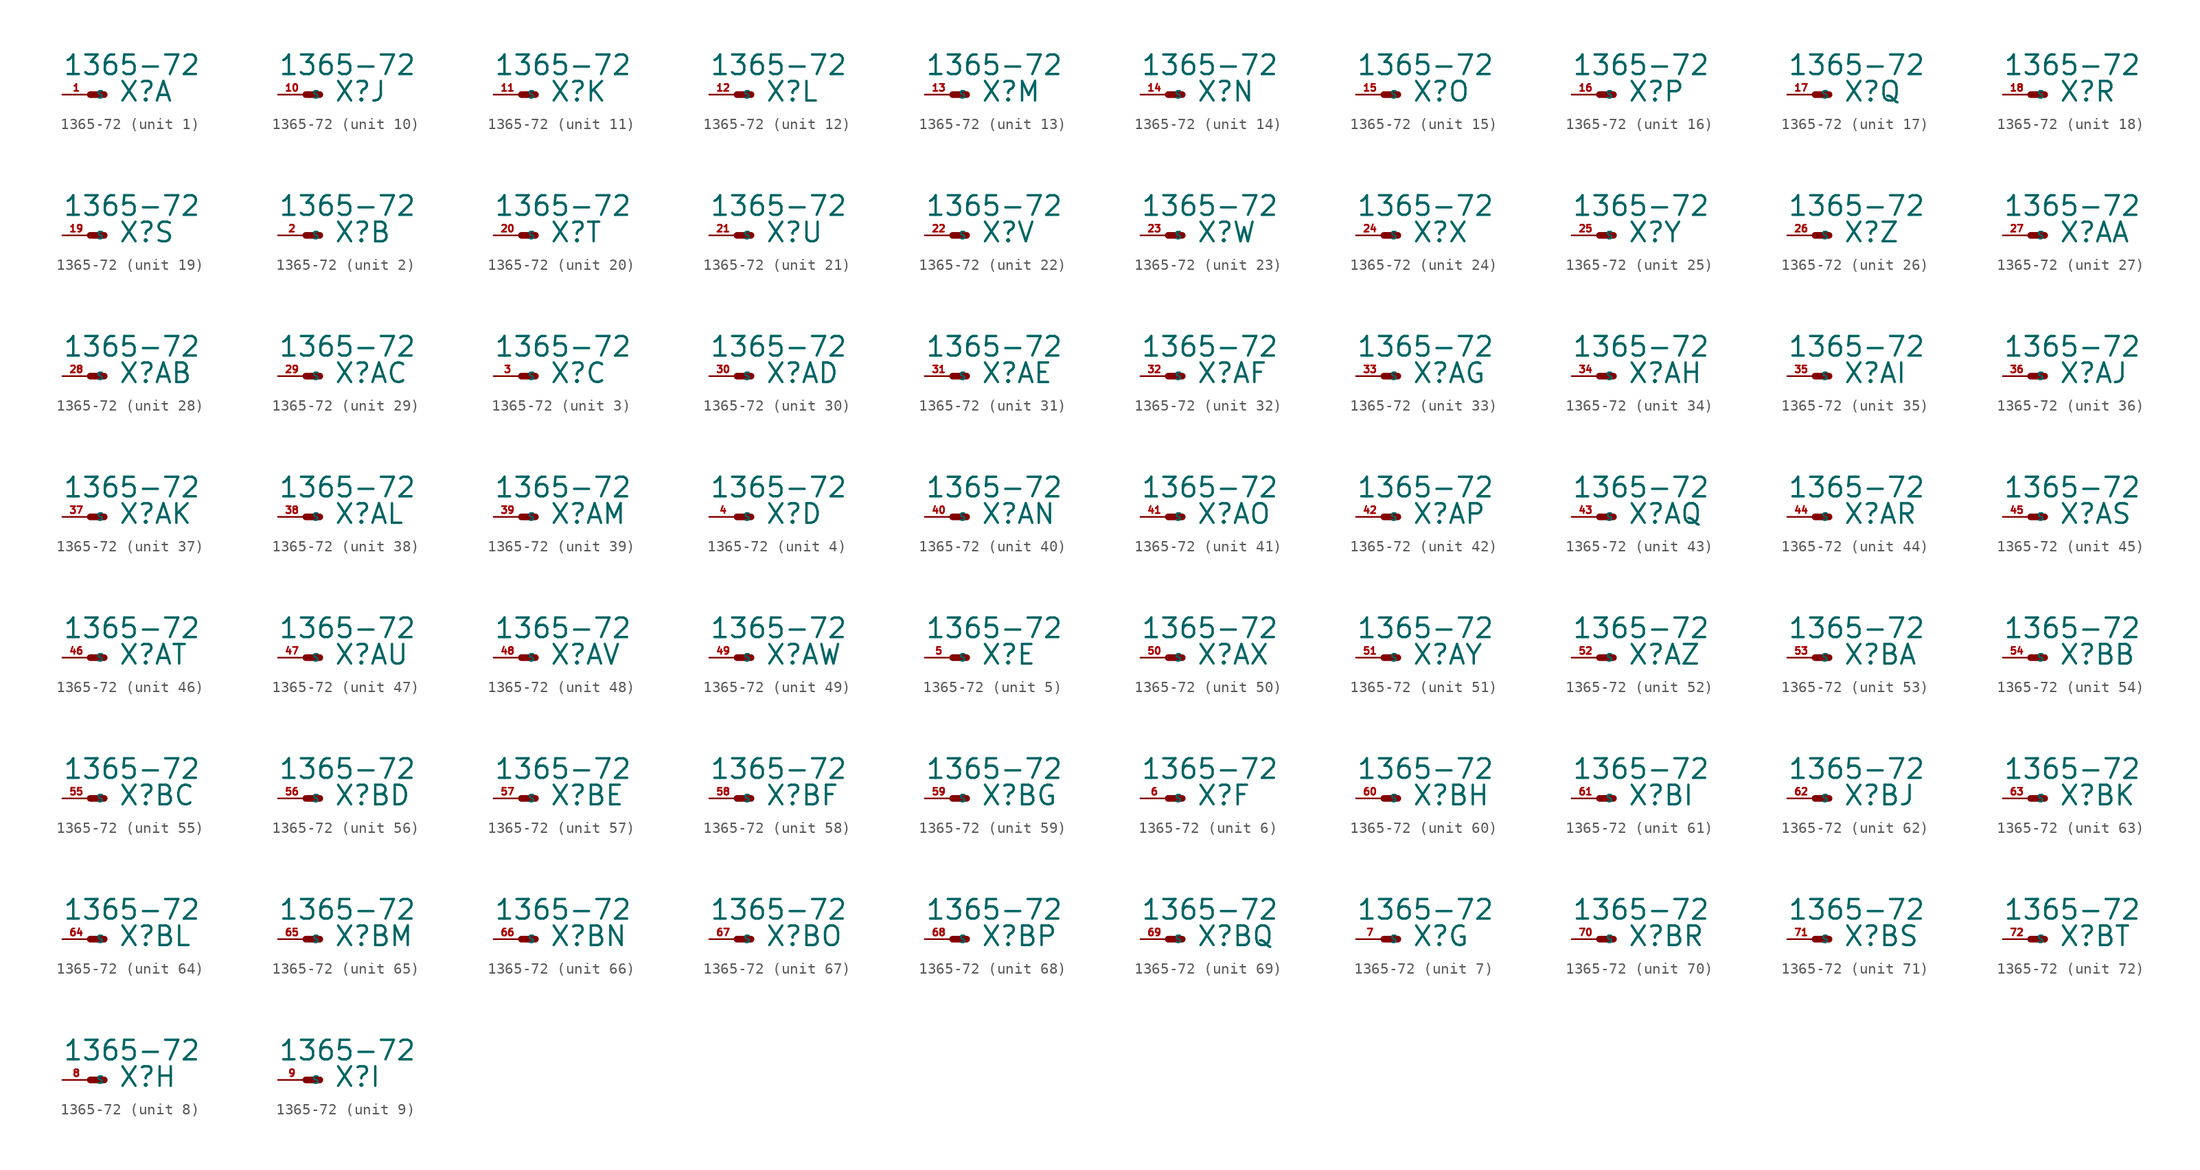
<source format=kicad_sym>
(kicad_symbol_lib
  (version 20220914)
  (generator Eagle2Kicad)
  (symbol "1365-72"
    (property "Reference" "X"
      (at 2.54 -0.762 0)
      (effects (font (size 1.778 1.778) (thickness 0.22)) (justify left bottom)))
    (property "Value" "1365-72"
      (at -2.54 1.651 0)
      (effects (font (size 1.778 1.778) (thickness 0.22)) (justify left bottom)))
    (symbol "1365-72_1_0"
      (polyline (pts (xy 0 0) (xy 1.27 0)) (stroke (width 0.61) (type default)) (fill (type none)))
      (pin passive line (at -2.54 0 0) (length 2.54) (name "S" (effects (font (size 0.635 0.635) (thickness 0.08)) (justify left bottom))) (number "1" (effects (font (size 0.635 0.635) (thickness 0.08)) (justify left bottom)))))
    (symbol "1365-72_2_0"
      (polyline (pts (xy 0 0) (xy 1.27 0)) (stroke (width 0.61) (type default)) (fill (type none)))
      (pin passive line (at -2.54 0 0) (length 2.54) (name "S" (effects (font (size 0.635 0.635) (thickness 0.08)) (justify left bottom))) (number "2" (effects (font (size 0.635 0.635) (thickness 0.08)) (justify left bottom)))))
    (symbol "1365-72_3_0"
      (polyline (pts (xy 0 0) (xy 1.27 0)) (stroke (width 0.61) (type default)) (fill (type none)))
      (pin passive line (at -2.54 0 0) (length 2.54) (name "S" (effects (font (size 0.635 0.635) (thickness 0.08)) (justify left bottom))) (number "3" (effects (font (size 0.635 0.635) (thickness 0.08)) (justify left bottom)))))
    (symbol "1365-72_4_0"
      (polyline (pts (xy 0 0) (xy 1.27 0)) (stroke (width 0.61) (type default)) (fill (type none)))
      (pin passive line (at -2.54 0 0) (length 2.54) (name "S" (effects (font (size 0.635 0.635) (thickness 0.08)) (justify left bottom))) (number "4" (effects (font (size 0.635 0.635) (thickness 0.08)) (justify left bottom)))))
    (symbol "1365-72_5_0"
      (polyline (pts (xy 0 0) (xy 1.27 0)) (stroke (width 0.61) (type default)) (fill (type none)))
      (pin passive line (at -2.54 0 0) (length 2.54) (name "S" (effects (font (size 0.635 0.635) (thickness 0.08)) (justify left bottom))) (number "5" (effects (font (size 0.635 0.635) (thickness 0.08)) (justify left bottom)))))
    (symbol "1365-72_6_0"
      (polyline (pts (xy 0 0) (xy 1.27 0)) (stroke (width 0.61) (type default)) (fill (type none)))
      (pin passive line (at -2.54 0 0) (length 2.54) (name "S" (effects (font (size 0.635 0.635) (thickness 0.08)) (justify left bottom))) (number "6" (effects (font (size 0.635 0.635) (thickness 0.08)) (justify left bottom)))))
    (symbol "1365-72_7_0"
      (polyline (pts (xy 0 0) (xy 1.27 0)) (stroke (width 0.61) (type default)) (fill (type none)))
      (pin passive line (at -2.54 0 0) (length 2.54) (name "S" (effects (font (size 0.635 0.635) (thickness 0.08)) (justify left bottom))) (number "7" (effects (font (size 0.635 0.635) (thickness 0.08)) (justify left bottom)))))
    (symbol "1365-72_8_0"
      (polyline (pts (xy 0 0) (xy 1.27 0)) (stroke (width 0.61) (type default)) (fill (type none)))
      (pin passive line (at -2.54 0 0) (length 2.54) (name "S" (effects (font (size 0.635 0.635) (thickness 0.08)) (justify left bottom))) (number "8" (effects (font (size 0.635 0.635) (thickness 0.08)) (justify left bottom)))))
    (symbol "1365-72_9_0"
      (polyline (pts (xy 0 0) (xy 1.27 0)) (stroke (width 0.61) (type default)) (fill (type none)))
      (pin passive line (at -2.54 0 0) (length 2.54) (name "S" (effects (font (size 0.635 0.635) (thickness 0.08)) (justify left bottom))) (number "9" (effects (font (size 0.635 0.635) (thickness 0.08)) (justify left bottom)))))
    (symbol "1365-72_10_0"
      (polyline (pts (xy 0 0) (xy 1.27 0)) (stroke (width 0.61) (type default)) (fill (type none)))
      (pin passive line (at -2.54 0 0) (length 2.54) (name "S" (effects (font (size 0.635 0.635) (thickness 0.08)) (justify left bottom))) (number "10" (effects (font (size 0.635 0.635) (thickness 0.08)) (justify left bottom)))))
    (symbol "1365-72_11_0"
      (polyline (pts (xy 0 0) (xy 1.27 0)) (stroke (width 0.61) (type default)) (fill (type none)))
      (pin passive line (at -2.54 0 0) (length 2.54) (name "S" (effects (font (size 0.635 0.635) (thickness 0.08)) (justify left bottom))) (number "11" (effects (font (size 0.635 0.635) (thickness 0.08)) (justify left bottom)))))
    (symbol "1365-72_12_0"
      (polyline (pts (xy 0 0) (xy 1.27 0)) (stroke (width 0.61) (type default)) (fill (type none)))
      (pin passive line (at -2.54 0 0) (length 2.54) (name "S" (effects (font (size 0.635 0.635) (thickness 0.08)) (justify left bottom))) (number "12" (effects (font (size 0.635 0.635) (thickness 0.08)) (justify left bottom)))))
    (symbol "1365-72_13_0"
      (polyline (pts (xy 0 0) (xy 1.27 0)) (stroke (width 0.61) (type default)) (fill (type none)))
      (pin passive line (at -2.54 0 0) (length 2.54) (name "S" (effects (font (size 0.635 0.635) (thickness 0.08)) (justify left bottom))) (number "13" (effects (font (size 0.635 0.635) (thickness 0.08)) (justify left bottom)))))
    (symbol "1365-72_14_0"
      (polyline (pts (xy 0 0) (xy 1.27 0)) (stroke (width 0.61) (type default)) (fill (type none)))
      (pin passive line (at -2.54 0 0) (length 2.54) (name "S" (effects (font (size 0.635 0.635) (thickness 0.08)) (justify left bottom))) (number "14" (effects (font (size 0.635 0.635) (thickness 0.08)) (justify left bottom)))))
    (symbol "1365-72_15_0"
      (polyline (pts (xy 0 0) (xy 1.27 0)) (stroke (width 0.61) (type default)) (fill (type none)))
      (pin passive line (at -2.54 0 0) (length 2.54) (name "S" (effects (font (size 0.635 0.635) (thickness 0.08)) (justify left bottom))) (number "15" (effects (font (size 0.635 0.635) (thickness 0.08)) (justify left bottom)))))
    (symbol "1365-72_16_0"
      (polyline (pts (xy 0 0) (xy 1.27 0)) (stroke (width 0.61) (type default)) (fill (type none)))
      (pin passive line (at -2.54 0 0) (length 2.54) (name "S" (effects (font (size 0.635 0.635) (thickness 0.08)) (justify left bottom))) (number "16" (effects (font (size 0.635 0.635) (thickness 0.08)) (justify left bottom)))))
    (symbol "1365-72_17_0"
      (polyline (pts (xy 0 0) (xy 1.27 0)) (stroke (width 0.61) (type default)) (fill (type none)))
      (pin passive line (at -2.54 0 0) (length 2.54) (name "S" (effects (font (size 0.635 0.635) (thickness 0.08)) (justify left bottom))) (number "17" (effects (font (size 0.635 0.635) (thickness 0.08)) (justify left bottom)))))
    (symbol "1365-72_18_0"
      (polyline (pts (xy 0 0) (xy 1.27 0)) (stroke (width 0.61) (type default)) (fill (type none)))
      (pin passive line (at -2.54 0 0) (length 2.54) (name "S" (effects (font (size 0.635 0.635) (thickness 0.08)) (justify left bottom))) (number "18" (effects (font (size 0.635 0.635) (thickness 0.08)) (justify left bottom)))))
    (symbol "1365-72_19_0"
      (polyline (pts (xy 0 0) (xy 1.27 0)) (stroke (width 0.61) (type default)) (fill (type none)))
      (pin passive line (at -2.54 0 0) (length 2.54) (name "S" (effects (font (size 0.635 0.635) (thickness 0.08)) (justify left bottom))) (number "19" (effects (font (size 0.635 0.635) (thickness 0.08)) (justify left bottom)))))
    (symbol "1365-72_20_0"
      (polyline (pts (xy 0 0) (xy 1.27 0)) (stroke (width 0.61) (type default)) (fill (type none)))
      (pin passive line (at -2.54 0 0) (length 2.54) (name "S" (effects (font (size 0.635 0.635) (thickness 0.08)) (justify left bottom))) (number "20" (effects (font (size 0.635 0.635) (thickness 0.08)) (justify left bottom)))))
    (symbol "1365-72_21_0"
      (polyline (pts (xy 0 0) (xy 1.27 0)) (stroke (width 0.61) (type default)) (fill (type none)))
      (pin passive line (at -2.54 0 0) (length 2.54) (name "S" (effects (font (size 0.635 0.635) (thickness 0.08)) (justify left bottom))) (number "21" (effects (font (size 0.635 0.635) (thickness 0.08)) (justify left bottom)))))
    (symbol "1365-72_22_0"
      (polyline (pts (xy 0 0) (xy 1.27 0)) (stroke (width 0.61) (type default)) (fill (type none)))
      (pin passive line (at -2.54 0 0) (length 2.54) (name "S" (effects (font (size 0.635 0.635) (thickness 0.08)) (justify left bottom))) (number "22" (effects (font (size 0.635 0.635) (thickness 0.08)) (justify left bottom)))))
    (symbol "1365-72_23_0"
      (polyline (pts (xy 0 0) (xy 1.27 0)) (stroke (width 0.61) (type default)) (fill (type none)))
      (pin passive line (at -2.54 0 0) (length 2.54) (name "S" (effects (font (size 0.635 0.635) (thickness 0.08)) (justify left bottom))) (number "23" (effects (font (size 0.635 0.635) (thickness 0.08)) (justify left bottom)))))
    (symbol "1365-72_24_0"
      (polyline (pts (xy 0 0) (xy 1.27 0)) (stroke (width 0.61) (type default)) (fill (type none)))
      (pin passive line (at -2.54 0 0) (length 2.54) (name "S" (effects (font (size 0.635 0.635) (thickness 0.08)) (justify left bottom))) (number "24" (effects (font (size 0.635 0.635) (thickness 0.08)) (justify left bottom)))))
    (symbol "1365-72_25_0"
      (polyline (pts (xy 0 0) (xy 1.27 0)) (stroke (width 0.61) (type default)) (fill (type none)))
      (pin passive line (at -2.54 0 0) (length 2.54) (name "S" (effects (font (size 0.635 0.635) (thickness 0.08)) (justify left bottom))) (number "25" (effects (font (size 0.635 0.635) (thickness 0.08)) (justify left bottom)))))
    (symbol "1365-72_26_0"
      (polyline (pts (xy 0 0) (xy 1.27 0)) (stroke (width 0.61) (type default)) (fill (type none)))
      (pin passive line (at -2.54 0 0) (length 2.54) (name "S" (effects (font (size 0.635 0.635) (thickness 0.08)) (justify left bottom))) (number "26" (effects (font (size 0.635 0.635) (thickness 0.08)) (justify left bottom)))))
    (symbol "1365-72_27_0"
      (polyline (pts (xy 0 0) (xy 1.27 0)) (stroke (width 0.61) (type default)) (fill (type none)))
      (pin passive line (at -2.54 0 0) (length 2.54) (name "S" (effects (font (size 0.635 0.635) (thickness 0.08)) (justify left bottom))) (number "27" (effects (font (size 0.635 0.635) (thickness 0.08)) (justify left bottom)))))
    (symbol "1365-72_28_0"
      (polyline (pts (xy 0 0) (xy 1.27 0)) (stroke (width 0.61) (type default)) (fill (type none)))
      (pin passive line (at -2.54 0 0) (length 2.54) (name "S" (effects (font (size 0.635 0.635) (thickness 0.08)) (justify left bottom))) (number "28" (effects (font (size 0.635 0.635) (thickness 0.08)) (justify left bottom)))))
    (symbol "1365-72_29_0"
      (polyline (pts (xy 0 0) (xy 1.27 0)) (stroke (width 0.61) (type default)) (fill (type none)))
      (pin passive line (at -2.54 0 0) (length 2.54) (name "S" (effects (font (size 0.635 0.635) (thickness 0.08)) (justify left bottom))) (number "29" (effects (font (size 0.635 0.635) (thickness 0.08)) (justify left bottom)))))
    (symbol "1365-72_30_0"
      (polyline (pts (xy 0 0) (xy 1.27 0)) (stroke (width 0.61) (type default)) (fill (type none)))
      (pin passive line (at -2.54 0 0) (length 2.54) (name "S" (effects (font (size 0.635 0.635) (thickness 0.08)) (justify left bottom))) (number "30" (effects (font (size 0.635 0.635) (thickness 0.08)) (justify left bottom)))))
    (symbol "1365-72_31_0"
      (polyline (pts (xy 0 0) (xy 1.27 0)) (stroke (width 0.61) (type default)) (fill (type none)))
      (pin passive line (at -2.54 0 0) (length 2.54) (name "S" (effects (font (size 0.635 0.635) (thickness 0.08)) (justify left bottom))) (number "31" (effects (font (size 0.635 0.635) (thickness 0.08)) (justify left bottom)))))
    (symbol "1365-72_32_0"
      (polyline (pts (xy 0 0) (xy 1.27 0)) (stroke (width 0.61) (type default)) (fill (type none)))
      (pin passive line (at -2.54 0 0) (length 2.54) (name "S" (effects (font (size 0.635 0.635) (thickness 0.08)) (justify left bottom))) (number "32" (effects (font (size 0.635 0.635) (thickness 0.08)) (justify left bottom)))))
    (symbol "1365-72_33_0"
      (polyline (pts (xy 0 0) (xy 1.27 0)) (stroke (width 0.61) (type default)) (fill (type none)))
      (pin passive line (at -2.54 0 0) (length 2.54) (name "S" (effects (font (size 0.635 0.635) (thickness 0.08)) (justify left bottom))) (number "33" (effects (font (size 0.635 0.635) (thickness 0.08)) (justify left bottom)))))
    (symbol "1365-72_34_0"
      (polyline (pts (xy 0 0) (xy 1.27 0)) (stroke (width 0.61) (type default)) (fill (type none)))
      (pin passive line (at -2.54 0 0) (length 2.54) (name "S" (effects (font (size 0.635 0.635) (thickness 0.08)) (justify left bottom))) (number "34" (effects (font (size 0.635 0.635) (thickness 0.08)) (justify left bottom)))))
    (symbol "1365-72_35_0"
      (polyline (pts (xy 0 0) (xy 1.27 0)) (stroke (width 0.61) (type default)) (fill (type none)))
      (pin passive line (at -2.54 0 0) (length 2.54) (name "S" (effects (font (size 0.635 0.635) (thickness 0.08)) (justify left bottom))) (number "35" (effects (font (size 0.635 0.635) (thickness 0.08)) (justify left bottom)))))
    (symbol "1365-72_36_0"
      (polyline (pts (xy 0 0) (xy 1.27 0)) (stroke (width 0.61) (type default)) (fill (type none)))
      (pin passive line (at -2.54 0 0) (length 2.54) (name "S" (effects (font (size 0.635 0.635) (thickness 0.08)) (justify left bottom))) (number "36" (effects (font (size 0.635 0.635) (thickness 0.08)) (justify left bottom)))))
    (symbol "1365-72_37_0"
      (polyline (pts (xy 0 0) (xy 1.27 0)) (stroke (width 0.61) (type default)) (fill (type none)))
      (pin passive line (at -2.54 0 0) (length 2.54) (name "S" (effects (font (size 0.635 0.635) (thickness 0.08)) (justify left bottom))) (number "37" (effects (font (size 0.635 0.635) (thickness 0.08)) (justify left bottom)))))
    (symbol "1365-72_38_0"
      (polyline (pts (xy 0 0) (xy 1.27 0)) (stroke (width 0.61) (type default)) (fill (type none)))
      (pin passive line (at -2.54 0 0) (length 2.54) (name "S" (effects (font (size 0.635 0.635) (thickness 0.08)) (justify left bottom))) (number "38" (effects (font (size 0.635 0.635) (thickness 0.08)) (justify left bottom)))))
    (symbol "1365-72_39_0"
      (polyline (pts (xy 0 0) (xy 1.27 0)) (stroke (width 0.61) (type default)) (fill (type none)))
      (pin passive line (at -2.54 0 0) (length 2.54) (name "S" (effects (font (size 0.635 0.635) (thickness 0.08)) (justify left bottom))) (number "39" (effects (font (size 0.635 0.635) (thickness 0.08)) (justify left bottom)))))
    (symbol "1365-72_40_0"
      (polyline (pts (xy 0 0) (xy 1.27 0)) (stroke (width 0.61) (type default)) (fill (type none)))
      (pin passive line (at -2.54 0 0) (length 2.54) (name "S" (effects (font (size 0.635 0.635) (thickness 0.08)) (justify left bottom))) (number "40" (effects (font (size 0.635 0.635) (thickness 0.08)) (justify left bottom)))))
    (symbol "1365-72_41_0"
      (polyline (pts (xy 0 0) (xy 1.27 0)) (stroke (width 0.61) (type default)) (fill (type none)))
      (pin passive line (at -2.54 0 0) (length 2.54) (name "S" (effects (font (size 0.635 0.635) (thickness 0.08)) (justify left bottom))) (number "41" (effects (font (size 0.635 0.635) (thickness 0.08)) (justify left bottom)))))
    (symbol "1365-72_42_0"
      (polyline (pts (xy 0 0) (xy 1.27 0)) (stroke (width 0.61) (type default)) (fill (type none)))
      (pin passive line (at -2.54 0 0) (length 2.54) (name "S" (effects (font (size 0.635 0.635) (thickness 0.08)) (justify left bottom))) (number "42" (effects (font (size 0.635 0.635) (thickness 0.08)) (justify left bottom)))))
    (symbol "1365-72_43_0"
      (polyline (pts (xy 0 0) (xy 1.27 0)) (stroke (width 0.61) (type default)) (fill (type none)))
      (pin passive line (at -2.54 0 0) (length 2.54) (name "S" (effects (font (size 0.635 0.635) (thickness 0.08)) (justify left bottom))) (number "43" (effects (font (size 0.635 0.635) (thickness 0.08)) (justify left bottom)))))
    (symbol "1365-72_44_0"
      (polyline (pts (xy 0 0) (xy 1.27 0)) (stroke (width 0.61) (type default)) (fill (type none)))
      (pin passive line (at -2.54 0 0) (length 2.54) (name "S" (effects (font (size 0.635 0.635) (thickness 0.08)) (justify left bottom))) (number "44" (effects (font (size 0.635 0.635) (thickness 0.08)) (justify left bottom)))))
    (symbol "1365-72_45_0"
      (polyline (pts (xy 0 0) (xy 1.27 0)) (stroke (width 0.61) (type default)) (fill (type none)))
      (pin passive line (at -2.54 0 0) (length 2.54) (name "S" (effects (font (size 0.635 0.635) (thickness 0.08)) (justify left bottom))) (number "45" (effects (font (size 0.635 0.635) (thickness 0.08)) (justify left bottom)))))
    (symbol "1365-72_46_0"
      (polyline (pts (xy 0 0) (xy 1.27 0)) (stroke (width 0.61) (type default)) (fill (type none)))
      (pin passive line (at -2.54 0 0) (length 2.54) (name "S" (effects (font (size 0.635 0.635) (thickness 0.08)) (justify left bottom))) (number "46" (effects (font (size 0.635 0.635) (thickness 0.08)) (justify left bottom)))))
    (symbol "1365-72_47_0"
      (polyline (pts (xy 0 0) (xy 1.27 0)) (stroke (width 0.61) (type default)) (fill (type none)))
      (pin passive line (at -2.54 0 0) (length 2.54) (name "S" (effects (font (size 0.635 0.635) (thickness 0.08)) (justify left bottom))) (number "47" (effects (font (size 0.635 0.635) (thickness 0.08)) (justify left bottom)))))
    (symbol "1365-72_48_0"
      (polyline (pts (xy 0 0) (xy 1.27 0)) (stroke (width 0.61) (type default)) (fill (type none)))
      (pin passive line (at -2.54 0 0) (length 2.54) (name "S" (effects (font (size 0.635 0.635) (thickness 0.08)) (justify left bottom))) (number "48" (effects (font (size 0.635 0.635) (thickness 0.08)) (justify left bottom)))))
    (symbol "1365-72_49_0"
      (polyline (pts (xy 0 0) (xy 1.27 0)) (stroke (width 0.61) (type default)) (fill (type none)))
      (pin passive line (at -2.54 0 0) (length 2.54) (name "S" (effects (font (size 0.635 0.635) (thickness 0.08)) (justify left bottom))) (number "49" (effects (font (size 0.635 0.635) (thickness 0.08)) (justify left bottom)))))
    (symbol "1365-72_50_0"
      (polyline (pts (xy 0 0) (xy 1.27 0)) (stroke (width 0.61) (type default)) (fill (type none)))
      (pin passive line (at -2.54 0 0) (length 2.54) (name "S" (effects (font (size 0.635 0.635) (thickness 0.08)) (justify left bottom))) (number "50" (effects (font (size 0.635 0.635) (thickness 0.08)) (justify left bottom)))))
    (symbol "1365-72_51_0"
      (polyline (pts (xy 0 0) (xy 1.27 0)) (stroke (width 0.61) (type default)) (fill (type none)))
      (pin passive line (at -2.54 0 0) (length 2.54) (name "S" (effects (font (size 0.635 0.635) (thickness 0.08)) (justify left bottom))) (number "51" (effects (font (size 0.635 0.635) (thickness 0.08)) (justify left bottom)))))
    (symbol "1365-72_52_0"
      (polyline (pts (xy 0 0) (xy 1.27 0)) (stroke (width 0.61) (type default)) (fill (type none)))
      (pin passive line (at -2.54 0 0) (length 2.54) (name "S" (effects (font (size 0.635 0.635) (thickness 0.08)) (justify left bottom))) (number "52" (effects (font (size 0.635 0.635) (thickness 0.08)) (justify left bottom)))))
    (symbol "1365-72_53_0"
      (polyline (pts (xy 0 0) (xy 1.27 0)) (stroke (width 0.61) (type default)) (fill (type none)))
      (pin passive line (at -2.54 0 0) (length 2.54) (name "S" (effects (font (size 0.635 0.635) (thickness 0.08)) (justify left bottom))) (number "53" (effects (font (size 0.635 0.635) (thickness 0.08)) (justify left bottom)))))
    (symbol "1365-72_54_0"
      (polyline (pts (xy 0 0) (xy 1.27 0)) (stroke (width 0.61) (type default)) (fill (type none)))
      (pin passive line (at -2.54 0 0) (length 2.54) (name "S" (effects (font (size 0.635 0.635) (thickness 0.08)) (justify left bottom))) (number "54" (effects (font (size 0.635 0.635) (thickness 0.08)) (justify left bottom)))))
    (symbol "1365-72_55_0"
      (polyline (pts (xy 0 0) (xy 1.27 0)) (stroke (width 0.61) (type default)) (fill (type none)))
      (pin passive line (at -2.54 0 0) (length 2.54) (name "S" (effects (font (size 0.635 0.635) (thickness 0.08)) (justify left bottom))) (number "55" (effects (font (size 0.635 0.635) (thickness 0.08)) (justify left bottom)))))
    (symbol "1365-72_56_0"
      (polyline (pts (xy 0 0) (xy 1.27 0)) (stroke (width 0.61) (type default)) (fill (type none)))
      (pin passive line (at -2.54 0 0) (length 2.54) (name "S" (effects (font (size 0.635 0.635) (thickness 0.08)) (justify left bottom))) (number "56" (effects (font (size 0.635 0.635) (thickness 0.08)) (justify left bottom)))))
    (symbol "1365-72_57_0"
      (polyline (pts (xy 0 0) (xy 1.27 0)) (stroke (width 0.61) (type default)) (fill (type none)))
      (pin passive line (at -2.54 0 0) (length 2.54) (name "S" (effects (font (size 0.635 0.635) (thickness 0.08)) (justify left bottom))) (number "57" (effects (font (size 0.635 0.635) (thickness 0.08)) (justify left bottom)))))
    (symbol "1365-72_58_0"
      (polyline (pts (xy 0 0) (xy 1.27 0)) (stroke (width 0.61) (type default)) (fill (type none)))
      (pin passive line (at -2.54 0 0) (length 2.54) (name "S" (effects (font (size 0.635 0.635) (thickness 0.08)) (justify left bottom))) (number "58" (effects (font (size 0.635 0.635) (thickness 0.08)) (justify left bottom)))))
    (symbol "1365-72_59_0"
      (polyline (pts (xy 0 0) (xy 1.27 0)) (stroke (width 0.61) (type default)) (fill (type none)))
      (pin passive line (at -2.54 0 0) (length 2.54) (name "S" (effects (font (size 0.635 0.635) (thickness 0.08)) (justify left bottom))) (number "59" (effects (font (size 0.635 0.635) (thickness 0.08)) (justify left bottom)))))
    (symbol "1365-72_60_0"
      (polyline (pts (xy 0 0) (xy 1.27 0)) (stroke (width 0.61) (type default)) (fill (type none)))
      (pin passive line (at -2.54 0 0) (length 2.54) (name "S" (effects (font (size 0.635 0.635) (thickness 0.08)) (justify left bottom))) (number "60" (effects (font (size 0.635 0.635) (thickness 0.08)) (justify left bottom)))))
    (symbol "1365-72_61_0"
      (polyline (pts (xy 0 0) (xy 1.27 0)) (stroke (width 0.61) (type default)) (fill (type none)))
      (pin passive line (at -2.54 0 0) (length 2.54) (name "S" (effects (font (size 0.635 0.635) (thickness 0.08)) (justify left bottom))) (number "61" (effects (font (size 0.635 0.635) (thickness 0.08)) (justify left bottom)))))
    (symbol "1365-72_62_0"
      (polyline (pts (xy 0 0) (xy 1.27 0)) (stroke (width 0.61) (type default)) (fill (type none)))
      (pin passive line (at -2.54 0 0) (length 2.54) (name "S" (effects (font (size 0.635 0.635) (thickness 0.08)) (justify left bottom))) (number "62" (effects (font (size 0.635 0.635) (thickness 0.08)) (justify left bottom)))))
    (symbol "1365-72_63_0"
      (polyline (pts (xy 0 0) (xy 1.27 0)) (stroke (width 0.61) (type default)) (fill (type none)))
      (pin passive line (at -2.54 0 0) (length 2.54) (name "S" (effects (font (size 0.635 0.635) (thickness 0.08)) (justify left bottom))) (number "63" (effects (font (size 0.635 0.635) (thickness 0.08)) (justify left bottom)))))
    (symbol "1365-72_64_0"
      (polyline (pts (xy 0 0) (xy 1.27 0)) (stroke (width 0.61) (type default)) (fill (type none)))
      (pin passive line (at -2.54 0 0) (length 2.54) (name "S" (effects (font (size 0.635 0.635) (thickness 0.08)) (justify left bottom))) (number "64" (effects (font (size 0.635 0.635) (thickness 0.08)) (justify left bottom)))))
    (symbol "1365-72_65_0"
      (polyline (pts (xy 0 0) (xy 1.27 0)) (stroke (width 0.61) (type default)) (fill (type none)))
      (pin passive line (at -2.54 0 0) (length 2.54) (name "S" (effects (font (size 0.635 0.635) (thickness 0.08)) (justify left bottom))) (number "65" (effects (font (size 0.635 0.635) (thickness 0.08)) (justify left bottom)))))
    (symbol "1365-72_66_0"
      (polyline (pts (xy 0 0) (xy 1.27 0)) (stroke (width 0.61) (type default)) (fill (type none)))
      (pin passive line (at -2.54 0 0) (length 2.54) (name "S" (effects (font (size 0.635 0.635) (thickness 0.08)) (justify left bottom))) (number "66" (effects (font (size 0.635 0.635) (thickness 0.08)) (justify left bottom)))))
    (symbol "1365-72_67_0"
      (polyline (pts (xy 0 0) (xy 1.27 0)) (stroke (width 0.61) (type default)) (fill (type none)))
      (pin passive line (at -2.54 0 0) (length 2.54) (name "S" (effects (font (size 0.635 0.635) (thickness 0.08)) (justify left bottom))) (number "67" (effects (font (size 0.635 0.635) (thickness 0.08)) (justify left bottom)))))
    (symbol "1365-72_68_0"
      (polyline (pts (xy 0 0) (xy 1.27 0)) (stroke (width 0.61) (type default)) (fill (type none)))
      (pin passive line (at -2.54 0 0) (length 2.54) (name "S" (effects (font (size 0.635 0.635) (thickness 0.08)) (justify left bottom))) (number "68" (effects (font (size 0.635 0.635) (thickness 0.08)) (justify left bottom)))))
    (symbol "1365-72_69_0"
      (polyline (pts (xy 0 0) (xy 1.27 0)) (stroke (width 0.61) (type default)) (fill (type none)))
      (pin passive line (at -2.54 0 0) (length 2.54) (name "S" (effects (font (size 0.635 0.635) (thickness 0.08)) (justify left bottom))) (number "69" (effects (font (size 0.635 0.635) (thickness 0.08)) (justify left bottom)))))
    (symbol "1365-72_70_0"
      (polyline (pts (xy 0 0) (xy 1.27 0)) (stroke (width 0.61) (type default)) (fill (type none)))
      (pin passive line (at -2.54 0 0) (length 2.54) (name "S" (effects (font (size 0.635 0.635) (thickness 0.08)) (justify left bottom))) (number "70" (effects (font (size 0.635 0.635) (thickness 0.08)) (justify left bottom)))))
    (symbol "1365-72_71_0"
      (polyline (pts (xy 0 0) (xy 1.27 0)) (stroke (width 0.61) (type default)) (fill (type none)))
      (pin passive line (at -2.54 0 0) (length 2.54) (name "S" (effects (font (size 0.635 0.635) (thickness 0.08)) (justify left bottom))) (number "71" (effects (font (size 0.635 0.635) (thickness 0.08)) (justify left bottom)))))
    (symbol "1365-72_72_0"
      (polyline (pts (xy 0 0) (xy 1.27 0)) (stroke (width 0.61) (type default)) (fill (type none)))
      (pin passive line (at -2.54 0 0) (length 2.54) (name "S" (effects (font (size 0.635 0.635) (thickness 0.08)) (justify left bottom))) (number "72" (effects (font (size 0.635 0.635) (thickness 0.08)) (justify left bottom)))))))
</source>
